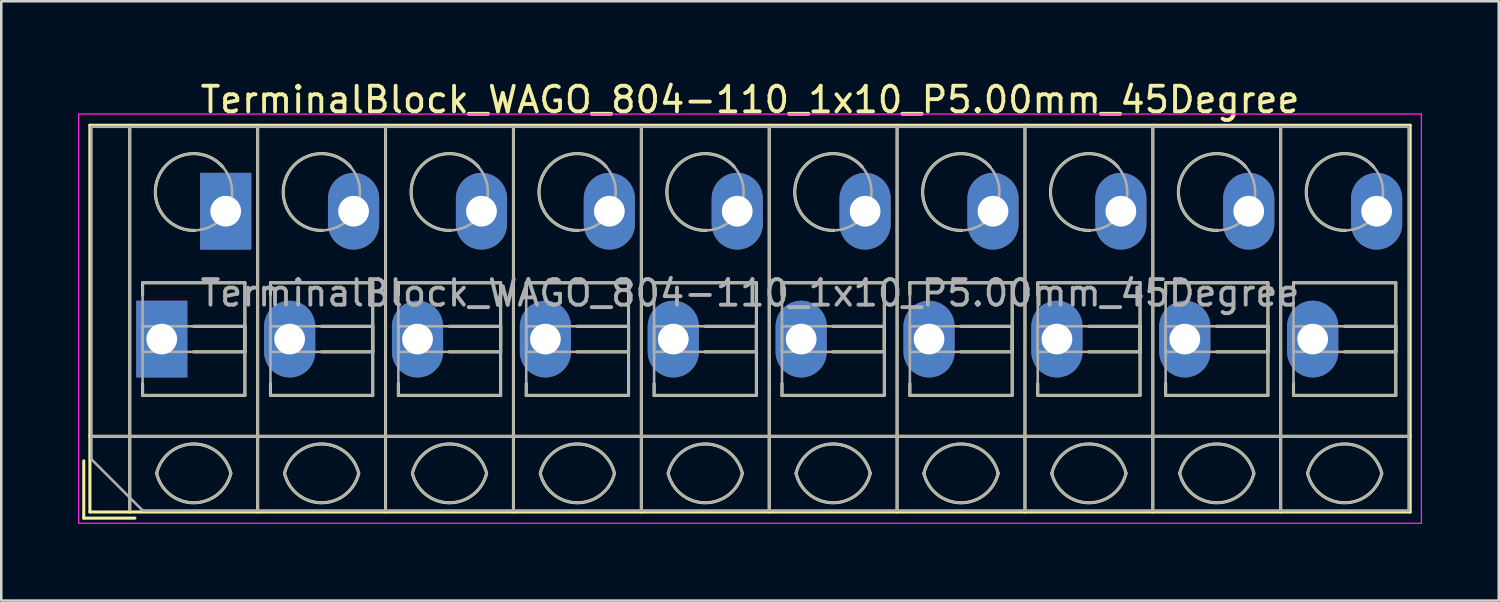
<source format=kicad_pcb>
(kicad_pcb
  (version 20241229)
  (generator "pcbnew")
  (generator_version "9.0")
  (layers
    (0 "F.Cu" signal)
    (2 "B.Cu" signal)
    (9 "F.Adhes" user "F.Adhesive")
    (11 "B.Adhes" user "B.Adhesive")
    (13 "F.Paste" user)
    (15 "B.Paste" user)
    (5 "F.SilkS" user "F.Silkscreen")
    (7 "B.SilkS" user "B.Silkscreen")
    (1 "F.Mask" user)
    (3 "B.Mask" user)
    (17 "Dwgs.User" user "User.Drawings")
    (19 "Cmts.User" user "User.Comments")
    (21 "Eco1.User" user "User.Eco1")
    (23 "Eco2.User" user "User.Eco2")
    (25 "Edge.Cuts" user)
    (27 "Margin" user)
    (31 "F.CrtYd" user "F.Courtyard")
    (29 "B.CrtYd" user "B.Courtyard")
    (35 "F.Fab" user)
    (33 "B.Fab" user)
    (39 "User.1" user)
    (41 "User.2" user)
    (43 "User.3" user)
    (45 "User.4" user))
  (footprint "TerminalBlock_WAGO_804-110_1x10_P5.00mm_45Degree"
    (layer "F.Cu")
    (at 3.275 10.208)
    (property "Reference" "TerminalBlock_WAGO_804-110_1x10_P5.00mm_45Degree" (at 23 -9.36 0) (layer "F.SilkS") (effects (font (size 1 1) (thickness 0.15))))
    (attr through_hole)
    (fp_line (start -3.05 4.76) (end -3.05 7) (stroke (width 0.12) (type solid)) (layer "F.SilkS"))
    (fp_line (start -3.05 7) (end -1.05 7) (stroke (width 0.12) (type solid)) (layer "F.SilkS"))
    (fp_line (start -2.81 -8.361) (end -2.81 6.76) (stroke (width 0.12) (type solid)) (layer "F.SilkS"))
    (fp_line (start -2.81 -8.361) (end 48.81 -8.361) (stroke (width 0.12) (type solid)) (layer "F.SilkS"))
    (fp_line (start -2.81 3.8) (end 48.81 3.8) (stroke (width 0.12) (type solid)) (layer "F.SilkS"))
    (fp_line (start -2.81 6.76) (end 48.81 6.76) (stroke (width 0.12) (type solid)) (layer "F.SilkS"))
    (fp_line (start -1.25 -8.361) (end -1.25 6.76) (stroke (width 0.12) (type solid)) (layer "F.SilkS"))
    (fp_line (start -0.75 -2.2) (end -0.75 -1.74) (stroke (width 0.12) (type solid)) (layer "F.SilkS"))
    (fp_line (start -0.75 -2.2) (end 3.25 -2.2) (stroke (width 0.12) (type solid)) (layer "F.SilkS"))
    (fp_line (start -0.75 1.74) (end -0.75 2.2) (stroke (width 0.12) (type solid)) (layer "F.SilkS"))
    (fp_line (start -0.75 2.2) (end 3.25 2.2) (stroke (width 0.12) (type solid)) (layer "F.SilkS"))
    (fp_line (start 1.24 -0.5) (end 3.25 -0.5) (stroke (width 0.12) (type solid)) (layer "F.SilkS"))
    (fp_line (start 1.24 0.5) (end 3.25 0.5) (stroke (width 0.12) (type solid)) (layer "F.SilkS"))
    (fp_line (start 3.25 -2.2) (end 3.25 2.2) (stroke (width 0.12) (type solid)) (layer "F.SilkS"))
    (fp_line (start 3.25 -0.5) (end 3.25 0.5) (stroke (width 0.12) (type solid)) (layer "F.SilkS"))
    (fp_line (start 3.75 -8.361) (end 3.75 6.76) (stroke (width 0.12) (type solid)) (layer "F.SilkS"))
    (fp_line (start 4.25 -2.2) (end 4.25 -1.74) (stroke (width 0.12) (type solid)) (layer "F.SilkS"))
    (fp_line (start 4.25 -2.2) (end 8.25 -2.2) (stroke (width 0.12) (type solid)) (layer "F.SilkS"))
    (fp_line (start 4.25 1.74) (end 4.25 2.2) (stroke (width 0.12) (type solid)) (layer "F.SilkS"))
    (fp_line (start 4.25 2.2) (end 8.25 2.2) (stroke (width 0.12) (type solid)) (layer "F.SilkS"))
    (fp_line (start 6.24 -0.5) (end 8.25 -0.5) (stroke (width 0.12) (type solid)) (layer "F.SilkS"))
    (fp_line (start 6.24 0.5) (end 8.25 0.5) (stroke (width 0.12) (type solid)) (layer "F.SilkS"))
    (fp_line (start 8.25 -2.2) (end 8.25 2.2) (stroke (width 0.12) (type solid)) (layer "F.SilkS"))
    (fp_line (start 8.25 -0.5) (end 8.25 0.5) (stroke (width 0.12) (type solid)) (layer "F.SilkS"))
    (fp_line (start 8.75 -8.361) (end 8.75 6.76) (stroke (width 0.12) (type solid)) (layer "F.SilkS"))
    (fp_line (start 9.25 -2.2) (end 9.25 -1.74) (stroke (width 0.12) (type solid)) (layer "F.SilkS"))
    (fp_line (start 9.25 -2.2) (end 13.25 -2.2) (stroke (width 0.12) (type solid)) (layer "F.SilkS"))
    (fp_line (start 9.25 1.74) (end 9.25 2.2) (stroke (width 0.12) (type solid)) (layer "F.SilkS"))
    (fp_line (start 9.25 2.2) (end 13.25 2.2) (stroke (width 0.12) (type solid)) (layer "F.SilkS"))
    (fp_line (start 11.24 -0.5) (end 13.25 -0.5) (stroke (width 0.12) (type solid)) (layer "F.SilkS"))
    (fp_line (start 11.24 0.5) (end 13.25 0.5) (stroke (width 0.12) (type solid)) (layer "F.SilkS"))
    (fp_line (start 13.25 -2.2) (end 13.25 2.2) (stroke (width 0.12) (type solid)) (layer "F.SilkS"))
    (fp_line (start 13.25 -0.5) (end 13.25 0.5) (stroke (width 0.12) (type solid)) (layer "F.SilkS"))
    (fp_line (start 13.75 -8.361) (end 13.75 6.76) (stroke (width 0.12) (type solid)) (layer "F.SilkS"))
    (fp_line (start 14.25 -2.2) (end 14.25 -1.74) (stroke (width 0.12) (type solid)) (layer "F.SilkS"))
    (fp_line (start 14.25 -2.2) (end 18.25 -2.2) (stroke (width 0.12) (type solid)) (layer "F.SilkS"))
    (fp_line (start 14.25 1.74) (end 14.25 2.2) (stroke (width 0.12) (type solid)) (layer "F.SilkS"))
    (fp_line (start 14.25 2.2) (end 18.25 2.2) (stroke (width 0.12) (type solid)) (layer "F.SilkS"))
    (fp_line (start 16.24 -0.5) (end 18.25 -0.5) (stroke (width 0.12) (type solid)) (layer "F.SilkS"))
    (fp_line (start 16.24 0.5) (end 18.25 0.5) (stroke (width 0.12) (type solid)) (layer "F.SilkS"))
    (fp_line (start 18.25 -2.2) (end 18.25 2.2) (stroke (width 0.12) (type solid)) (layer "F.SilkS"))
    (fp_line (start 18.25 -0.5) (end 18.25 0.5) (stroke (width 0.12) (type solid)) (layer "F.SilkS"))
    (fp_line (start 18.75 -8.361) (end 18.75 6.76) (stroke (width 0.12) (type solid)) (layer "F.SilkS"))
    (fp_line (start 19.25 -2.2) (end 19.25 -1.74) (stroke (width 0.12) (type solid)) (layer "F.SilkS"))
    (fp_line (start 19.25 -2.2) (end 23.25 -2.2) (stroke (width 0.12) (type solid)) (layer "F.SilkS"))
    (fp_line (start 19.25 1.74) (end 19.25 2.2) (stroke (width 0.12) (type solid)) (layer "F.SilkS"))
    (fp_line (start 19.25 2.2) (end 23.25 2.2) (stroke (width 0.12) (type solid)) (layer "F.SilkS"))
    (fp_line (start 21.24 -0.5) (end 23.25 -0.5) (stroke (width 0.12) (type solid)) (layer "F.SilkS"))
    (fp_line (start 21.24 0.5) (end 23.25 0.5) (stroke (width 0.12) (type solid)) (layer "F.SilkS"))
    (fp_line (start 23.25 -2.2) (end 23.25 2.2) (stroke (width 0.12) (type solid)) (layer "F.SilkS"))
    (fp_line (start 23.25 -0.5) (end 23.25 0.5) (stroke (width 0.12) (type solid)) (layer "F.SilkS"))
    (fp_line (start 23.75 -8.361) (end 23.75 6.76) (stroke (width 0.12) (type solid)) (layer "F.SilkS"))
    (fp_line (start 24.25 -2.2) (end 24.25 -1.74) (stroke (width 0.12) (type solid)) (layer "F.SilkS"))
    (fp_line (start 24.25 -2.2) (end 28.25 -2.2) (stroke (width 0.12) (type solid)) (layer "F.SilkS"))
    (fp_line (start 24.25 1.74) (end 24.25 2.2) (stroke (width 0.12) (type solid)) (layer "F.SilkS"))
    (fp_line (start 24.25 2.2) (end 28.25 2.2) (stroke (width 0.12) (type solid)) (layer "F.SilkS"))
    (fp_line (start 26.24 -0.5) (end 28.25 -0.5) (stroke (width 0.12) (type solid)) (layer "F.SilkS"))
    (fp_line (start 26.24 0.5) (end 28.25 0.5) (stroke (width 0.12) (type solid)) (layer "F.SilkS"))
    (fp_line (start 28.25 -2.2) (end 28.25 2.2) (stroke (width 0.12) (type solid)) (layer "F.SilkS"))
    (fp_line (start 28.25 -0.5) (end 28.25 0.5) (stroke (width 0.12) (type solid)) (layer "F.SilkS"))
    (fp_line (start 28.75 -8.361) (end 28.75 6.76) (stroke (width 0.12) (type solid)) (layer "F.SilkS"))
    (fp_line (start 29.25 -2.2) (end 29.25 -1.74) (stroke (width 0.12) (type solid)) (layer "F.SilkS"))
    (fp_line (start 29.25 -2.2) (end 33.25 -2.2) (stroke (width 0.12) (type solid)) (layer "F.SilkS"))
    (fp_line (start 29.25 1.74) (end 29.25 2.2) (stroke (width 0.12) (type solid)) (layer "F.SilkS"))
    (fp_line (start 29.25 2.2) (end 33.25 2.2) (stroke (width 0.12) (type solid)) (layer "F.SilkS"))
    (fp_line (start 31.24 -0.5) (end 33.25 -0.5) (stroke (width 0.12) (type solid)) (layer "F.SilkS"))
    (fp_line (start 31.24 0.5) (end 33.25 0.5) (stroke (width 0.12) (type solid)) (layer "F.SilkS"))
    (fp_line (start 33.25 -2.2) (end 33.25 2.2) (stroke (width 0.12) (type solid)) (layer "F.SilkS"))
    (fp_line (start 33.25 -0.5) (end 33.25 0.5) (stroke (width 0.12) (type solid)) (layer "F.SilkS"))
    (fp_line (start 33.75 -8.361) (end 33.75 6.76) (stroke (width 0.12) (type solid)) (layer "F.SilkS"))
    (fp_line (start 34.25 -2.2) (end 34.25 -1.74) (stroke (width 0.12) (type solid)) (layer "F.SilkS"))
    (fp_line (start 34.25 -2.2) (end 38.25 -2.2) (stroke (width 0.12) (type solid)) (layer "F.SilkS"))
    (fp_line (start 34.25 1.74) (end 34.25 2.2) (stroke (width 0.12) (type solid)) (layer "F.SilkS"))
    (fp_line (start 34.25 2.2) (end 38.25 2.2) (stroke (width 0.12) (type solid)) (layer "F.SilkS"))
    (fp_line (start 36.24 -0.5) (end 38.25 -0.5) (stroke (width 0.12) (type solid)) (layer "F.SilkS"))
    (fp_line (start 36.24 0.5) (end 38.25 0.5) (stroke (width 0.12) (type solid)) (layer "F.SilkS"))
    (fp_line (start 38.25 -2.2) (end 38.25 2.2) (stroke (width 0.12) (type solid)) (layer "F.SilkS"))
    (fp_line (start 38.25 -0.5) (end 38.25 0.5) (stroke (width 0.12) (type solid)) (layer "F.SilkS"))
    (fp_line (start 38.75 -8.361) (end 38.75 6.76) (stroke (width 0.12) (type solid)) (layer "F.SilkS"))
    (fp_line (start 39.25 -2.2) (end 39.25 -1.74) (stroke (width 0.12) (type solid)) (layer "F.SilkS"))
    (fp_line (start 39.25 -2.2) (end 43.25 -2.2) (stroke (width 0.12) (type solid)) (layer "F.SilkS"))
    (fp_line (start 39.25 1.74) (end 39.25 2.2) (stroke (width 0.12) (type solid)) (layer "F.SilkS"))
    (fp_line (start 39.25 2.2) (end 43.25 2.2) (stroke (width 0.12) (type solid)) (layer "F.SilkS"))
    (fp_line (start 41.24 -0.5) (end 43.25 -0.5) (stroke (width 0.12) (type solid)) (layer "F.SilkS"))
    (fp_line (start 41.24 0.5) (end 43.25 0.5) (stroke (width 0.12) (type solid)) (layer "F.SilkS"))
    (fp_line (start 43.25 -2.2) (end 43.25 2.2) (stroke (width 0.12) (type solid)) (layer "F.SilkS"))
    (fp_line (start 43.25 -0.5) (end 43.25 0.5) (stroke (width 0.12) (type solid)) (layer "F.SilkS"))
    (fp_line (start 43.75 -8.361) (end 43.75 6.76) (stroke (width 0.12) (type solid)) (layer "F.SilkS"))
    (fp_line (start 44.25 -2.2) (end 44.25 -1.74) (stroke (width 0.12) (type solid)) (layer "F.SilkS"))
    (fp_line (start 44.25 -2.2) (end 48.25 -2.2) (stroke (width 0.12) (type solid)) (layer "F.SilkS"))
    (fp_line (start 44.25 1.74) (end 44.25 2.2) (stroke (width 0.12) (type solid)) (layer "F.SilkS"))
    (fp_line (start 44.25 2.2) (end 48.25 2.2) (stroke (width 0.12) (type solid)) (layer "F.SilkS"))
    (fp_line (start 46.24 -0.5) (end 48.25 -0.5) (stroke (width 0.12) (type solid)) (layer "F.SilkS"))
    (fp_line (start 46.24 0.5) (end 48.25 0.5) (stroke (width 0.12) (type solid)) (layer "F.SilkS"))
    (fp_line (start 48.25 -2.2) (end 48.25 2.2) (stroke (width 0.12) (type solid)) (layer "F.SilkS"))
    (fp_line (start 48.25 -0.5) (end 48.25 0.5) (stroke (width 0.12) (type solid)) (layer "F.SilkS"))
    (fp_line (start 48.81 -8.361) (end 48.81 6.76) (stroke (width 0.12) (type solid)) (layer "F.SilkS"))
    (fp_arc (start -0.200865 5.250424) (mid 1.250296 4.099926) (end 2.701 5.251) (stroke (width 0.12) (type solid)) (layer "F.SilkS"))
    (fp_arc (start 1.276179 -4.250228) (mid 1.26309 -4.250057) (end 1.25 -4.25) (stroke (width 0.12) (type solid)) (layer "F.SilkS"))
    (fp_arc (start 1.276275 -4.248926) (mid -0.121539 -6.360568) (end 2.383 -6.735) (stroke (width 0.12) (type solid)) (layer "F.SilkS"))
    (fp_arc (start 2.7 5.25) (mid 1.250068 6.400101) (end -0.199969 5.250133) (stroke (width 0.12) (type solid)) (layer "F.SilkS"))
    (fp_arc (start 4.799135 5.250424) (mid 6.250296 4.099926) (end 7.701 5.251) (stroke (width 0.12) (type solid)) (layer "F.SilkS"))
    (fp_arc (start 6.276179 -4.250228) (mid 6.26309 -4.250057) (end 6.25 -4.25) (stroke (width 0.12) (type solid)) (layer "F.SilkS"))
    (fp_arc (start 6.276275 -4.248926) (mid 4.878461 -6.360568) (end 7.383 -6.735) (stroke (width 0.12) (type solid)) (layer "F.SilkS"))
    (fp_arc (start 7.7 5.25) (mid 6.250068 6.400101) (end 4.800031 5.250133) (stroke (width 0.12) (type solid)) (layer "F.SilkS"))
    (fp_arc (start 9.799135 5.250424) (mid 11.250296 4.099926) (end 12.701 5.251) (stroke (width 0.12) (type solid)) (layer "F.SilkS"))
    (fp_arc (start 11.276179 -4.250228) (mid 11.26309 -4.250057) (end 11.25 -4.25) (stroke (width 0.12) (type solid)) (layer "F.SilkS"))
    (fp_arc (start 11.276275 -4.248926) (mid 9.878461 -6.360568) (end 12.383 -6.735) (stroke (width 0.12) (type solid)) (layer "F.SilkS"))
    (fp_arc (start 12.7 5.25) (mid 11.250068 6.400101) (end 9.800031 5.250133) (stroke (width 0.12) (type solid)) (layer "F.SilkS"))
    (fp_arc (start 14.799135 5.250424) (mid 16.250296 4.099926) (end 17.701 5.251) (stroke (width 0.12) (type solid)) (layer "F.SilkS"))
    (fp_arc (start 16.276179 -4.250228) (mid 16.26309 -4.250057) (end 16.25 -4.25) (stroke (width 0.12) (type solid)) (layer "F.SilkS"))
    (fp_arc (start 16.276275 -4.248926) (mid 14.878461 -6.360568) (end 17.383 -6.735) (stroke (width 0.12) (type solid)) (layer "F.SilkS"))
    (fp_arc (start 17.7 5.25) (mid 16.250068 6.400101) (end 14.800031 5.250133) (stroke (width 0.12) (type solid)) (layer "F.SilkS"))
    (fp_arc (start 19.799135 5.250424) (mid 21.250296 4.099926) (end 22.701 5.251) (stroke (width 0.12) (type solid)) (layer "F.SilkS"))
    (fp_arc (start 21.276179 -4.250228) (mid 21.26309 -4.250057) (end 21.25 -4.25) (stroke (width 0.12) (type solid)) (layer "F.SilkS"))
    (fp_arc (start 21.276275 -4.248926) (mid 19.878461 -6.360568) (end 22.383 -6.735) (stroke (width 0.12) (type solid)) (layer "F.SilkS"))
    (fp_arc (start 22.7 5.25) (mid 21.250068 6.400101) (end 19.800031 5.250133) (stroke (width 0.12) (type solid)) (layer "F.SilkS"))
    (fp_arc (start 24.799135 5.250424) (mid 26.250296 4.099926) (end 27.701 5.251) (stroke (width 0.12) (type solid)) (layer "F.SilkS"))
    (fp_arc (start 26.276179 -4.250228) (mid 26.26309 -4.250057) (end 26.25 -4.25) (stroke (width 0.12) (type solid)) (layer "F.SilkS"))
    (fp_arc (start 26.276275 -4.248926) (mid 24.878461 -6.360568) (end 27.383 -6.735) (stroke (width 0.12) (type solid)) (layer "F.SilkS"))
    (fp_arc (start 27.7 5.25) (mid 26.250068 6.400101) (end 24.800031 5.250133) (stroke (width 0.12) (type solid)) (layer "F.SilkS"))
    (fp_arc (start 29.799135 5.250424) (mid 31.250296 4.099926) (end 32.701 5.251) (stroke (width 0.12) (type solid)) (layer "F.SilkS"))
    (fp_arc (start 31.276179 -4.250228) (mid 31.26309 -4.250057) (end 31.25 -4.25) (stroke (width 0.12) (type solid)) (layer "F.SilkS"))
    (fp_arc (start 31.276275 -4.248926) (mid 29.878461 -6.360568) (end 32.383 -6.735) (stroke (width 0.12) (type solid)) (layer "F.SilkS"))
    (fp_arc (start 32.701 5.25) (mid 31.250296 6.401074) (end 29.799135 5.250576) (stroke (width 0.12) (type solid)) (layer "F.SilkS"))
    (fp_arc (start 34.799135 5.250424) (mid 36.250296 4.099926) (end 37.701 5.251) (stroke (width 0.12) (type solid)) (layer "F.SilkS"))
    (fp_arc (start 36.276179 -4.250228) (mid 36.26309 -4.250057) (end 36.25 -4.25) (stroke (width 0.12) (type solid)) (layer "F.SilkS"))
    (fp_arc (start 36.276275 -4.248926) (mid 34.878461 -6.360568) (end 37.383 -6.735) (stroke (width 0.12) (type solid)) (layer "F.SilkS"))
    (fp_arc (start 37.7 5.25) (mid 36.250068 6.400101) (end 34.800031 5.250133) (stroke (width 0.12) (type solid)) (layer "F.SilkS"))
    (fp_arc (start 39.799135 5.250424) (mid 41.250296 4.099926) (end 42.701 5.251) (stroke (width 0.12) (type solid)) (layer "F.SilkS"))
    (fp_arc (start 41.276179 -4.250228) (mid 41.26309 -4.250057) (end 41.25 -4.25) (stroke (width 0.12) (type solid)) (layer "F.SilkS"))
    (fp_arc (start 41.276275 -4.248926) (mid 39.878461 -6.360568) (end 42.383 -6.735) (stroke (width 0.12) (type solid)) (layer "F.SilkS"))
    (fp_arc (start 42.7 5.25) (mid 41.250068 6.400101) (end 39.800031 5.250133) (stroke (width 0.12) (type solid)) (layer "F.SilkS"))
    (fp_arc (start 44.799135 5.250424) (mid 46.250296 4.099926) (end 47.701 5.251) (stroke (width 0.12) (type solid)) (layer "F.SilkS"))
    (fp_arc (start 46.276179 -4.250228) (mid 46.26309 -4.250057) (end 46.25 -4.25) (stroke (width 0.12) (type solid)) (layer "F.SilkS"))
    (fp_arc (start 46.276275 -4.248926) (mid 44.878461 -6.360568) (end 47.383 -6.735) (stroke (width 0.12) (type solid)) (layer "F.SilkS"))
    (fp_arc (start 47.7 5.25) (mid 46.250068 6.400101) (end 44.800031 5.250133) (stroke (width 0.12) (type solid)) (layer "F.SilkS"))
    (fp_line (start -3.25 -8.8) (end -3.25 7.2) (stroke (width 0.05) (type solid)) (layer "F.CrtYd"))
    (fp_line (start -3.25 7.2) (end 49.25 7.2) (stroke (width 0.05) (type solid)) (layer "F.CrtYd"))
    (fp_line (start 49.25 -8.8) (end -3.25 -8.8) (stroke (width 0.05) (type solid)) (layer "F.CrtYd"))
    (fp_line (start 49.25 7.2) (end 49.25 -8.8) (stroke (width 0.05) (type solid)) (layer "F.CrtYd"))
    (fp_line (start -2.75 -8.3) (end 48.75 -8.3) (stroke (width 0.1) (type solid)) (layer "F.Fab"))
    (fp_line (start -2.75 3.8) (end 48.75 3.8) (stroke (width 0.1) (type solid)) (layer "F.Fab"))
    (fp_line (start -2.75 4.7) (end -2.75 -8.3) (stroke (width 0.1) (type solid)) (layer "F.Fab"))
    (fp_line (start -1.25 -8.3) (end -1.25 6.7) (stroke (width 0.1) (type solid)) (layer "F.Fab"))
    (fp_line (start -0.75 -2.2) (end -0.75 2.2) (stroke (width 0.1) (type solid)) (layer "F.Fab"))
    (fp_line (start -0.75 -0.5) (end -0.75 0.5) (stroke (width 0.1) (type solid)) (layer "F.Fab"))
    (fp_line (start -0.75 0.5) (end 3.25 0.5) (stroke (width 0.1) (type solid)) (layer "F.Fab"))
    (fp_line (start -0.75 2.2) (end 3.25 2.2) (stroke (width 0.1) (type solid)) (layer "F.Fab"))
    (fp_line (start -0.75 6.7) (end -2.75 4.7) (stroke (width 0.1) (type solid)) (layer "F.Fab"))
    (fp_line (start 3.25 -2.2) (end -0.75 -2.2) (stroke (width 0.1) (type solid)) (layer "F.Fab"))
    (fp_line (start 3.25 -0.5) (end -0.75 -0.5) (stroke (width 0.1) (type solid)) (layer "F.Fab"))
    (fp_line (start 3.25 0.5) (end 3.25 -0.5) (stroke (width 0.1) (type solid)) (layer "F.Fab"))
    (fp_line (start 3.25 2.2) (end 3.25 -2.2) (stroke (width 0.1) (type solid)) (layer "F.Fab"))
    (fp_line (start 3.75 -8.3) (end 3.75 6.7) (stroke (width 0.1) (type solid)) (layer "F.Fab"))
    (fp_line (start 4.25 -2.2) (end 4.25 2.2) (stroke (width 0.1) (type solid)) (layer "F.Fab"))
    (fp_line (start 4.25 -0.5) (end 4.25 0.5) (stroke (width 0.1) (type solid)) (layer "F.Fab"))
    (fp_line (start 4.25 0.5) (end 8.25 0.5) (stroke (width 0.1) (type solid)) (layer "F.Fab"))
    (fp_line (start 4.25 2.2) (end 8.25 2.2) (stroke (width 0.1) (type solid)) (layer "F.Fab"))
    (fp_line (start 8.25 -2.2) (end 4.25 -2.2) (stroke (width 0.1) (type solid)) (layer "F.Fab"))
    (fp_line (start 8.25 -0.5) (end 4.25 -0.5) (stroke (width 0.1) (type solid)) (layer "F.Fab"))
    (fp_line (start 8.25 0.5) (end 8.25 -0.5) (stroke (width 0.1) (type solid)) (layer "F.Fab"))
    (fp_line (start 8.25 2.2) (end 8.25 -2.2) (stroke (width 0.1) (type solid)) (layer "F.Fab"))
    (fp_line (start 8.75 -8.3) (end 8.75 6.7) (stroke (width 0.1) (type solid)) (layer "F.Fab"))
    (fp_line (start 9.25 -2.2) (end 9.25 2.2) (stroke (width 0.1) (type solid)) (layer "F.Fab"))
    (fp_line (start 9.25 -0.5) (end 9.25 0.5) (stroke (width 0.1) (type solid)) (layer "F.Fab"))
    (fp_line (start 9.25 0.5) (end 13.25 0.5) (stroke (width 0.1) (type solid)) (layer "F.Fab"))
    (fp_line (start 9.25 2.2) (end 13.25 2.2) (stroke (width 0.1) (type solid)) (layer "F.Fab"))
    (fp_line (start 13.25 -2.2) (end 9.25 -2.2) (stroke (width 0.1) (type solid)) (layer "F.Fab"))
    (fp_line (start 13.25 -0.5) (end 9.25 -0.5) (stroke (width 0.1) (type solid)) (layer "F.Fab"))
    (fp_line (start 13.25 0.5) (end 13.25 -0.5) (stroke (width 0.1) (type solid)) (layer "F.Fab"))
    (fp_line (start 13.25 2.2) (end 13.25 -2.2) (stroke (width 0.1) (type solid)) (layer "F.Fab"))
    (fp_line (start 13.75 -8.3) (end 13.75 6.7) (stroke (width 0.1) (type solid)) (layer "F.Fab"))
    (fp_line (start 14.25 -2.2) (end 14.25 2.2) (stroke (width 0.1) (type solid)) (layer "F.Fab"))
    (fp_line (start 14.25 -0.5) (end 14.25 0.5) (stroke (width 0.1) (type solid)) (layer "F.Fab"))
    (fp_line (start 14.25 0.5) (end 18.25 0.5) (stroke (width 0.1) (type solid)) (layer "F.Fab"))
    (fp_line (start 14.25 2.2) (end 18.25 2.2) (stroke (width 0.1) (type solid)) (layer "F.Fab"))
    (fp_line (start 18.25 -2.2) (end 14.25 -2.2) (stroke (width 0.1) (type solid)) (layer "F.Fab"))
    (fp_line (start 18.25 -0.5) (end 14.25 -0.5) (stroke (width 0.1) (type solid)) (layer "F.Fab"))
    (fp_line (start 18.25 0.5) (end 18.25 -0.5) (stroke (width 0.1) (type solid)) (layer "F.Fab"))
    (fp_line (start 18.25 2.2) (end 18.25 -2.2) (stroke (width 0.1) (type solid)) (layer "F.Fab"))
    (fp_line (start 18.75 -8.3) (end 18.75 6.7) (stroke (width 0.1) (type solid)) (layer "F.Fab"))
    (fp_line (start 19.25 -2.2) (end 19.25 2.2) (stroke (width 0.1) (type solid)) (layer "F.Fab"))
    (fp_line (start 19.25 -0.5) (end 19.25 0.5) (stroke (width 0.1) (type solid)) (layer "F.Fab"))
    (fp_line (start 19.25 0.5) (end 23.25 0.5) (stroke (width 0.1) (type solid)) (layer "F.Fab"))
    (fp_line (start 19.25 2.2) (end 23.25 2.2) (stroke (width 0.1) (type solid)) (layer "F.Fab"))
    (fp_line (start 23.25 -2.2) (end 19.25 -2.2) (stroke (width 0.1) (type solid)) (layer "F.Fab"))
    (fp_line (start 23.25 -0.5) (end 19.25 -0.5) (stroke (width 0.1) (type solid)) (layer "F.Fab"))
    (fp_line (start 23.25 0.5) (end 23.25 -0.5) (stroke (width 0.1) (type solid)) (layer "F.Fab"))
    (fp_line (start 23.25 2.2) (end 23.25 -2.2) (stroke (width 0.1) (type solid)) (layer "F.Fab"))
    (fp_line (start 23.75 -8.3) (end 23.75 6.7) (stroke (width 0.1) (type solid)) (layer "F.Fab"))
    (fp_line (start 24.25 -2.2) (end 24.25 2.2) (stroke (width 0.1) (type solid)) (layer "F.Fab"))
    (fp_line (start 24.25 -0.5) (end 24.25 0.5) (stroke (width 0.1) (type solid)) (layer "F.Fab"))
    (fp_line (start 24.25 0.5) (end 28.25 0.5) (stroke (width 0.1) (type solid)) (layer "F.Fab"))
    (fp_line (start 24.25 2.2) (end 28.25 2.2) (stroke (width 0.1) (type solid)) (layer "F.Fab"))
    (fp_line (start 28.25 -2.2) (end 24.25 -2.2) (stroke (width 0.1) (type solid)) (layer "F.Fab"))
    (fp_line (start 28.25 -0.5) (end 24.25 -0.5) (stroke (width 0.1) (type solid)) (layer "F.Fab"))
    (fp_line (start 28.25 0.5) (end 28.25 -0.5) (stroke (width 0.1) (type solid)) (layer "F.Fab"))
    (fp_line (start 28.25 2.2) (end 28.25 -2.2) (stroke (width 0.1) (type solid)) (layer "F.Fab"))
    (fp_line (start 28.75 -8.3) (end 28.75 6.7) (stroke (width 0.1) (type solid)) (layer "F.Fab"))
    (fp_line (start 29.25 -2.2) (end 29.25 2.2) (stroke (width 0.1) (type solid)) (layer "F.Fab"))
    (fp_line (start 29.25 -0.5) (end 29.25 0.5) (stroke (width 0.1) (type solid)) (layer "F.Fab"))
    (fp_line (start 29.25 0.5) (end 33.25 0.5) (stroke (width 0.1) (type solid)) (layer "F.Fab"))
    (fp_line (start 29.25 2.2) (end 33.25 2.2) (stroke (width 0.1) (type solid)) (layer "F.Fab"))
    (fp_line (start 33.25 -2.2) (end 29.25 -2.2) (stroke (width 0.1) (type solid)) (layer "F.Fab"))
    (fp_line (start 33.25 -0.5) (end 29.25 -0.5) (stroke (width 0.1) (type solid)) (layer "F.Fab"))
    (fp_line (start 33.25 0.5) (end 33.25 -0.5) (stroke (width 0.1) (type solid)) (layer "F.Fab"))
    (fp_line (start 33.25 2.2) (end 33.25 -2.2) (stroke (width 0.1) (type solid)) (layer "F.Fab"))
    (fp_line (start 33.75 -8.3) (end 33.75 6.7) (stroke (width 0.1) (type solid)) (layer "F.Fab"))
    (fp_line (start 34.25 -2.2) (end 34.25 2.2) (stroke (width 0.1) (type solid)) (layer "F.Fab"))
    (fp_line (start 34.25 -0.5) (end 34.25 0.5) (stroke (width 0.1) (type solid)) (layer "F.Fab"))
    (fp_line (start 34.25 0.5) (end 38.25 0.5) (stroke (width 0.1) (type solid)) (layer "F.Fab"))
    (fp_line (start 34.25 2.2) (end 38.25 2.2) (stroke (width 0.1) (type solid)) (layer "F.Fab"))
    (fp_line (start 38.25 -2.2) (end 34.25 -2.2) (stroke (width 0.1) (type solid)) (layer "F.Fab"))
    (fp_line (start 38.25 -0.5) (end 34.25 -0.5) (stroke (width 0.1) (type solid)) (layer "F.Fab"))
    (fp_line (start 38.25 0.5) (end 38.25 -0.5) (stroke (width 0.1) (type solid)) (layer "F.Fab"))
    (fp_line (start 38.25 2.2) (end 38.25 -2.2) (stroke (width 0.1) (type solid)) (layer "F.Fab"))
    (fp_line (start 38.75 -8.3) (end 38.75 6.7) (stroke (width 0.1) (type solid)) (layer "F.Fab"))
    (fp_line (start 39.25 -2.2) (end 39.25 2.2) (stroke (width 0.1) (type solid)) (layer "F.Fab"))
    (fp_line (start 39.25 -0.5) (end 39.25 0.5) (stroke (width 0.1) (type solid)) (layer "F.Fab"))
    (fp_line (start 39.25 0.5) (end 43.25 0.5) (stroke (width 0.1) (type solid)) (layer "F.Fab"))
    (fp_line (start 39.25 2.2) (end 43.25 2.2) (stroke (width 0.1) (type solid)) (layer "F.Fab"))
    (fp_line (start 43.25 -2.2) (end 39.25 -2.2) (stroke (width 0.1) (type solid)) (layer "F.Fab"))
    (fp_line (start 43.25 -0.5) (end 39.25 -0.5) (stroke (width 0.1) (type solid)) (layer "F.Fab"))
    (fp_line (start 43.25 0.5) (end 43.25 -0.5) (stroke (width 0.1) (type solid)) (layer "F.Fab"))
    (fp_line (start 43.25 2.2) (end 43.25 -2.2) (stroke (width 0.1) (type solid)) (layer "F.Fab"))
    (fp_line (start 43.75 -8.3) (end 43.75 6.7) (stroke (width 0.1) (type solid)) (layer "F.Fab"))
    (fp_line (start 44.25 -2.2) (end 44.25 2.2) (stroke (width 0.1) (type solid)) (layer "F.Fab"))
    (fp_line (start 44.25 -0.5) (end 44.25 0.5) (stroke (width 0.1) (type solid)) (layer "F.Fab"))
    (fp_line (start 44.25 0.5) (end 48.25 0.5) (stroke (width 0.1) (type solid)) (layer "F.Fab"))
    (fp_line (start 44.25 2.2) (end 48.25 2.2) (stroke (width 0.1) (type solid)) (layer "F.Fab"))
    (fp_line (start 48.25 -2.2) (end 44.25 -2.2) (stroke (width 0.1) (type solid)) (layer "F.Fab"))
    (fp_line (start 48.25 -0.5) (end 44.25 -0.5) (stroke (width 0.1) (type solid)) (layer "F.Fab"))
    (fp_line (start 48.25 0.5) (end 48.25 -0.5) (stroke (width 0.1) (type solid)) (layer "F.Fab"))
    (fp_line (start 48.25 2.2) (end 48.25 -2.2) (stroke (width 0.1) (type solid)) (layer "F.Fab"))
    (fp_line (start 48.75 -8.3) (end 48.75 6.7) (stroke (width 0.1) (type solid)) (layer "F.Fab"))
    (fp_line (start 48.75 6.7) (end -0.75 6.7) (stroke (width 0.1) (type solid)) (layer "F.Fab"))
    (fp_arc (start -0.200865 5.250424) (mid 1.250296 4.099926) (end 2.701 5.251) (stroke (width 0.1) (type solid)) (layer "F.Fab"))
    (fp_arc (start 2.7 5.25) (mid 1.250068 6.400101) (end -0.199969 5.250133) (stroke (width 0.1) (type solid)) (layer "F.Fab"))
    (fp_arc (start 4.799135 5.250424) (mid 6.250296 4.099926) (end 7.701 5.251) (stroke (width 0.1) (type solid)) (layer "F.Fab"))
    (fp_arc (start 7.7 5.25) (mid 6.250068 6.400101) (end 4.800031 5.250133) (stroke (width 0.1) (type solid)) (layer "F.Fab"))
    (fp_arc (start 9.799135 5.250424) (mid 11.250296 4.099926) (end 12.701 5.251) (stroke (width 0.1) (type solid)) (layer "F.Fab"))
    (fp_arc (start 12.7 5.25) (mid 11.250068 6.400101) (end 9.800031 5.250133) (stroke (width 0.1) (type solid)) (layer "F.Fab"))
    (fp_arc (start 14.799135 5.250424) (mid 16.250296 4.099926) (end 17.701 5.251) (stroke (width 0.1) (type solid)) (layer "F.Fab"))
    (fp_arc (start 17.7 5.25) (mid 16.250068 6.400101) (end 14.800031 5.250133) (stroke (width 0.1) (type solid)) (layer "F.Fab"))
    (fp_arc (start 19.799135 5.250424) (mid 21.250296 4.099926) (end 22.701 5.251) (stroke (width 0.1) (type solid)) (layer "F.Fab"))
    (fp_arc (start 22.7 5.25) (mid 21.250068 6.400101) (end 19.800031 5.250133) (stroke (width 0.1) (type solid)) (layer "F.Fab"))
    (fp_arc (start 24.799135 5.250424) (mid 26.250296 4.099926) (end 27.701 5.251) (stroke (width 0.1) (type solid)) (layer "F.Fab"))
    (fp_arc (start 27.7 5.25) (mid 26.250068 6.400101) (end 24.800031 5.250133) (stroke (width 0.1) (type solid)) (layer "F.Fab"))
    (fp_arc (start 29.799135 5.250424) (mid 31.250296 4.099926) (end 32.701 5.251) (stroke (width 0.1) (type solid)) (layer "F.Fab"))
    (fp_arc (start 32.701 5.25) (mid 31.250296 6.401074) (end 29.799135 5.250576) (stroke (width 0.1) (type solid)) (layer "F.Fab"))
    (fp_arc (start 34.799135 5.250424) (mid 36.250296 4.099926) (end 37.701 5.251) (stroke (width 0.1) (type solid)) (layer "F.Fab"))
    (fp_arc (start 37.7 5.25) (mid 36.250068 6.400101) (end 34.800031 5.250133) (stroke (width 0.1) (type solid)) (layer "F.Fab"))
    (fp_arc (start 39.799135 5.250424) (mid 41.250296 4.099926) (end 42.701 5.251) (stroke (width 0.1) (type solid)) (layer "F.Fab"))
    (fp_arc (start 42.7 5.25) (mid 41.250068 6.400101) (end 39.800031 5.250133) (stroke (width 0.1) (type solid)) (layer "F.Fab"))
    (fp_arc (start 44.799135 5.250424) (mid 46.250296 4.099926) (end 47.701 5.251) (stroke (width 0.1) (type solid)) (layer "F.Fab"))
    (fp_arc (start 47.7 5.25) (mid 46.250068 6.400101) (end 44.800031 5.250133) (stroke (width 0.1) (type solid)) (layer "F.Fab"))
    (fp_circle (center 1.25 -5.75) (end 2.75 -5.75) (stroke (width 0.1) (type solid)) (fill no) (layer "F.Fab"))
    (fp_circle (center 6.25 -5.75) (end 7.75 -5.75) (stroke (width 0.1) (type solid)) (fill no) (layer "F.Fab"))
    (fp_circle (center 11.25 -5.75) (end 12.75 -5.75) (stroke (width 0.1) (type solid)) (fill no) (layer "F.Fab"))
    (fp_circle (center 16.25 -5.75) (end 17.75 -5.75) (stroke (width 0.1) (type solid)) (fill no) (layer "F.Fab"))
    (fp_circle (center 21.25 -5.75) (end 22.75 -5.75) (stroke (width 0.1) (type solid)) (fill no) (layer "F.Fab"))
    (fp_circle (center 26.25 -5.75) (end 27.75 -5.75) (stroke (width 0.1) (type solid)) (fill no) (layer "F.Fab"))
    (fp_circle (center 31.25 -5.75) (end 32.75 -5.75) (stroke (width 0.1) (type solid)) (fill no) (layer "F.Fab"))
    (fp_circle (center 36.25 -5.75) (end 37.75 -5.75) (stroke (width 0.1) (type solid)) (fill no) (layer "F.Fab"))
    (fp_circle (center 41.25 -5.75) (end 42.75 -5.75) (stroke (width 0.1) (type solid)) (fill no) (layer "F.Fab"))
    (fp_circle (center 46.25 -5.75) (end 47.75 -5.75) (stroke (width 0.1) (type solid)) (fill no) (layer "F.Fab"))
    (fp_text user "${REFERENCE}" (at 23 -1.8 0) (layer "F.Fab") (effects (font (size 1 1) (thickness 0.15))))
    (pad "1" thru_hole rect (at 0 0) (size 2 3) (drill 1.2) (layers "*.Cu" "*.Mask"))
    (pad "1" thru_hole rect (at 2.5 -5) (size 2 3) (drill 1.2) (layers "*.Cu" "*.Mask"))
    (pad "2" thru_hole oval (at 5 0) (size 2 3) (drill 1.2) (layers "*.Cu" "*.Mask"))
    (pad "2" thru_hole oval (at 7.5 -5) (size 2 3) (drill 1.2) (layers "*.Cu" "*.Mask"))
    (pad "3" thru_hole oval (at 10 0) (size 2 3) (drill 1.2) (layers "*.Cu" "*.Mask"))
    (pad "3" thru_hole oval (at 12.5 -5) (size 2 3) (drill 1.2) (layers "*.Cu" "*.Mask"))
    (pad "4" thru_hole oval (at 15 0) (size 2 3) (drill 1.2) (layers "*.Cu" "*.Mask"))
    (pad "4" thru_hole oval (at 17.5 -5) (size 2 3) (drill 1.2) (layers "*.Cu" "*.Mask"))
    (pad "5" thru_hole oval (at 20 0) (size 2 3) (drill 1.2) (layers "*.Cu" "*.Mask"))
    (pad "5" thru_hole oval (at 22.5 -5) (size 2 3) (drill 1.2) (layers "*.Cu" "*.Mask"))
    (pad "6" thru_hole oval (at 25 0) (size 2 3) (drill 1.2) (layers "*.Cu" "*.Mask"))
    (pad "6" thru_hole oval (at 27.5 -5) (size 2 3) (drill 1.2) (layers "*.Cu" "*.Mask"))
    (pad "7" thru_hole oval (at 30 0) (size 2 3) (drill 1.2) (layers "*.Cu" "*.Mask"))
    (pad "7" thru_hole oval (at 32.5 -5) (size 2 3) (drill 1.2) (layers "*.Cu" "*.Mask"))
    (pad "8" thru_hole oval (at 35 0) (size 2 3) (drill 1.2) (layers "*.Cu" "*.Mask"))
    (pad "8" thru_hole oval (at 37.5 -5) (size 2 3) (drill 1.2) (layers "*.Cu" "*.Mask"))
    (pad "9" thru_hole oval (at 40 0) (size 2 3) (drill 1.2) (layers "*.Cu" "*.Mask"))
    (pad "9" thru_hole oval (at 42.5 -5) (size 2 3) (drill 1.2) (layers "*.Cu" "*.Mask"))
    (pad "10" thru_hole oval (at 45 0) (size 2 3) (drill 1.2) (layers "*.Cu" "*.Mask"))
    (pad "10" thru_hole oval (at 47.5 -5) (size 2 3) (drill 1.2) (layers "*.Cu" "*.Mask")))
  (gr_rect
    (start -3 -3)
    (end 55.55 20.433)
    (stroke (width 0.1) (type default))
    (fill no)
    (layer "Edge.Cuts")))
</source>
